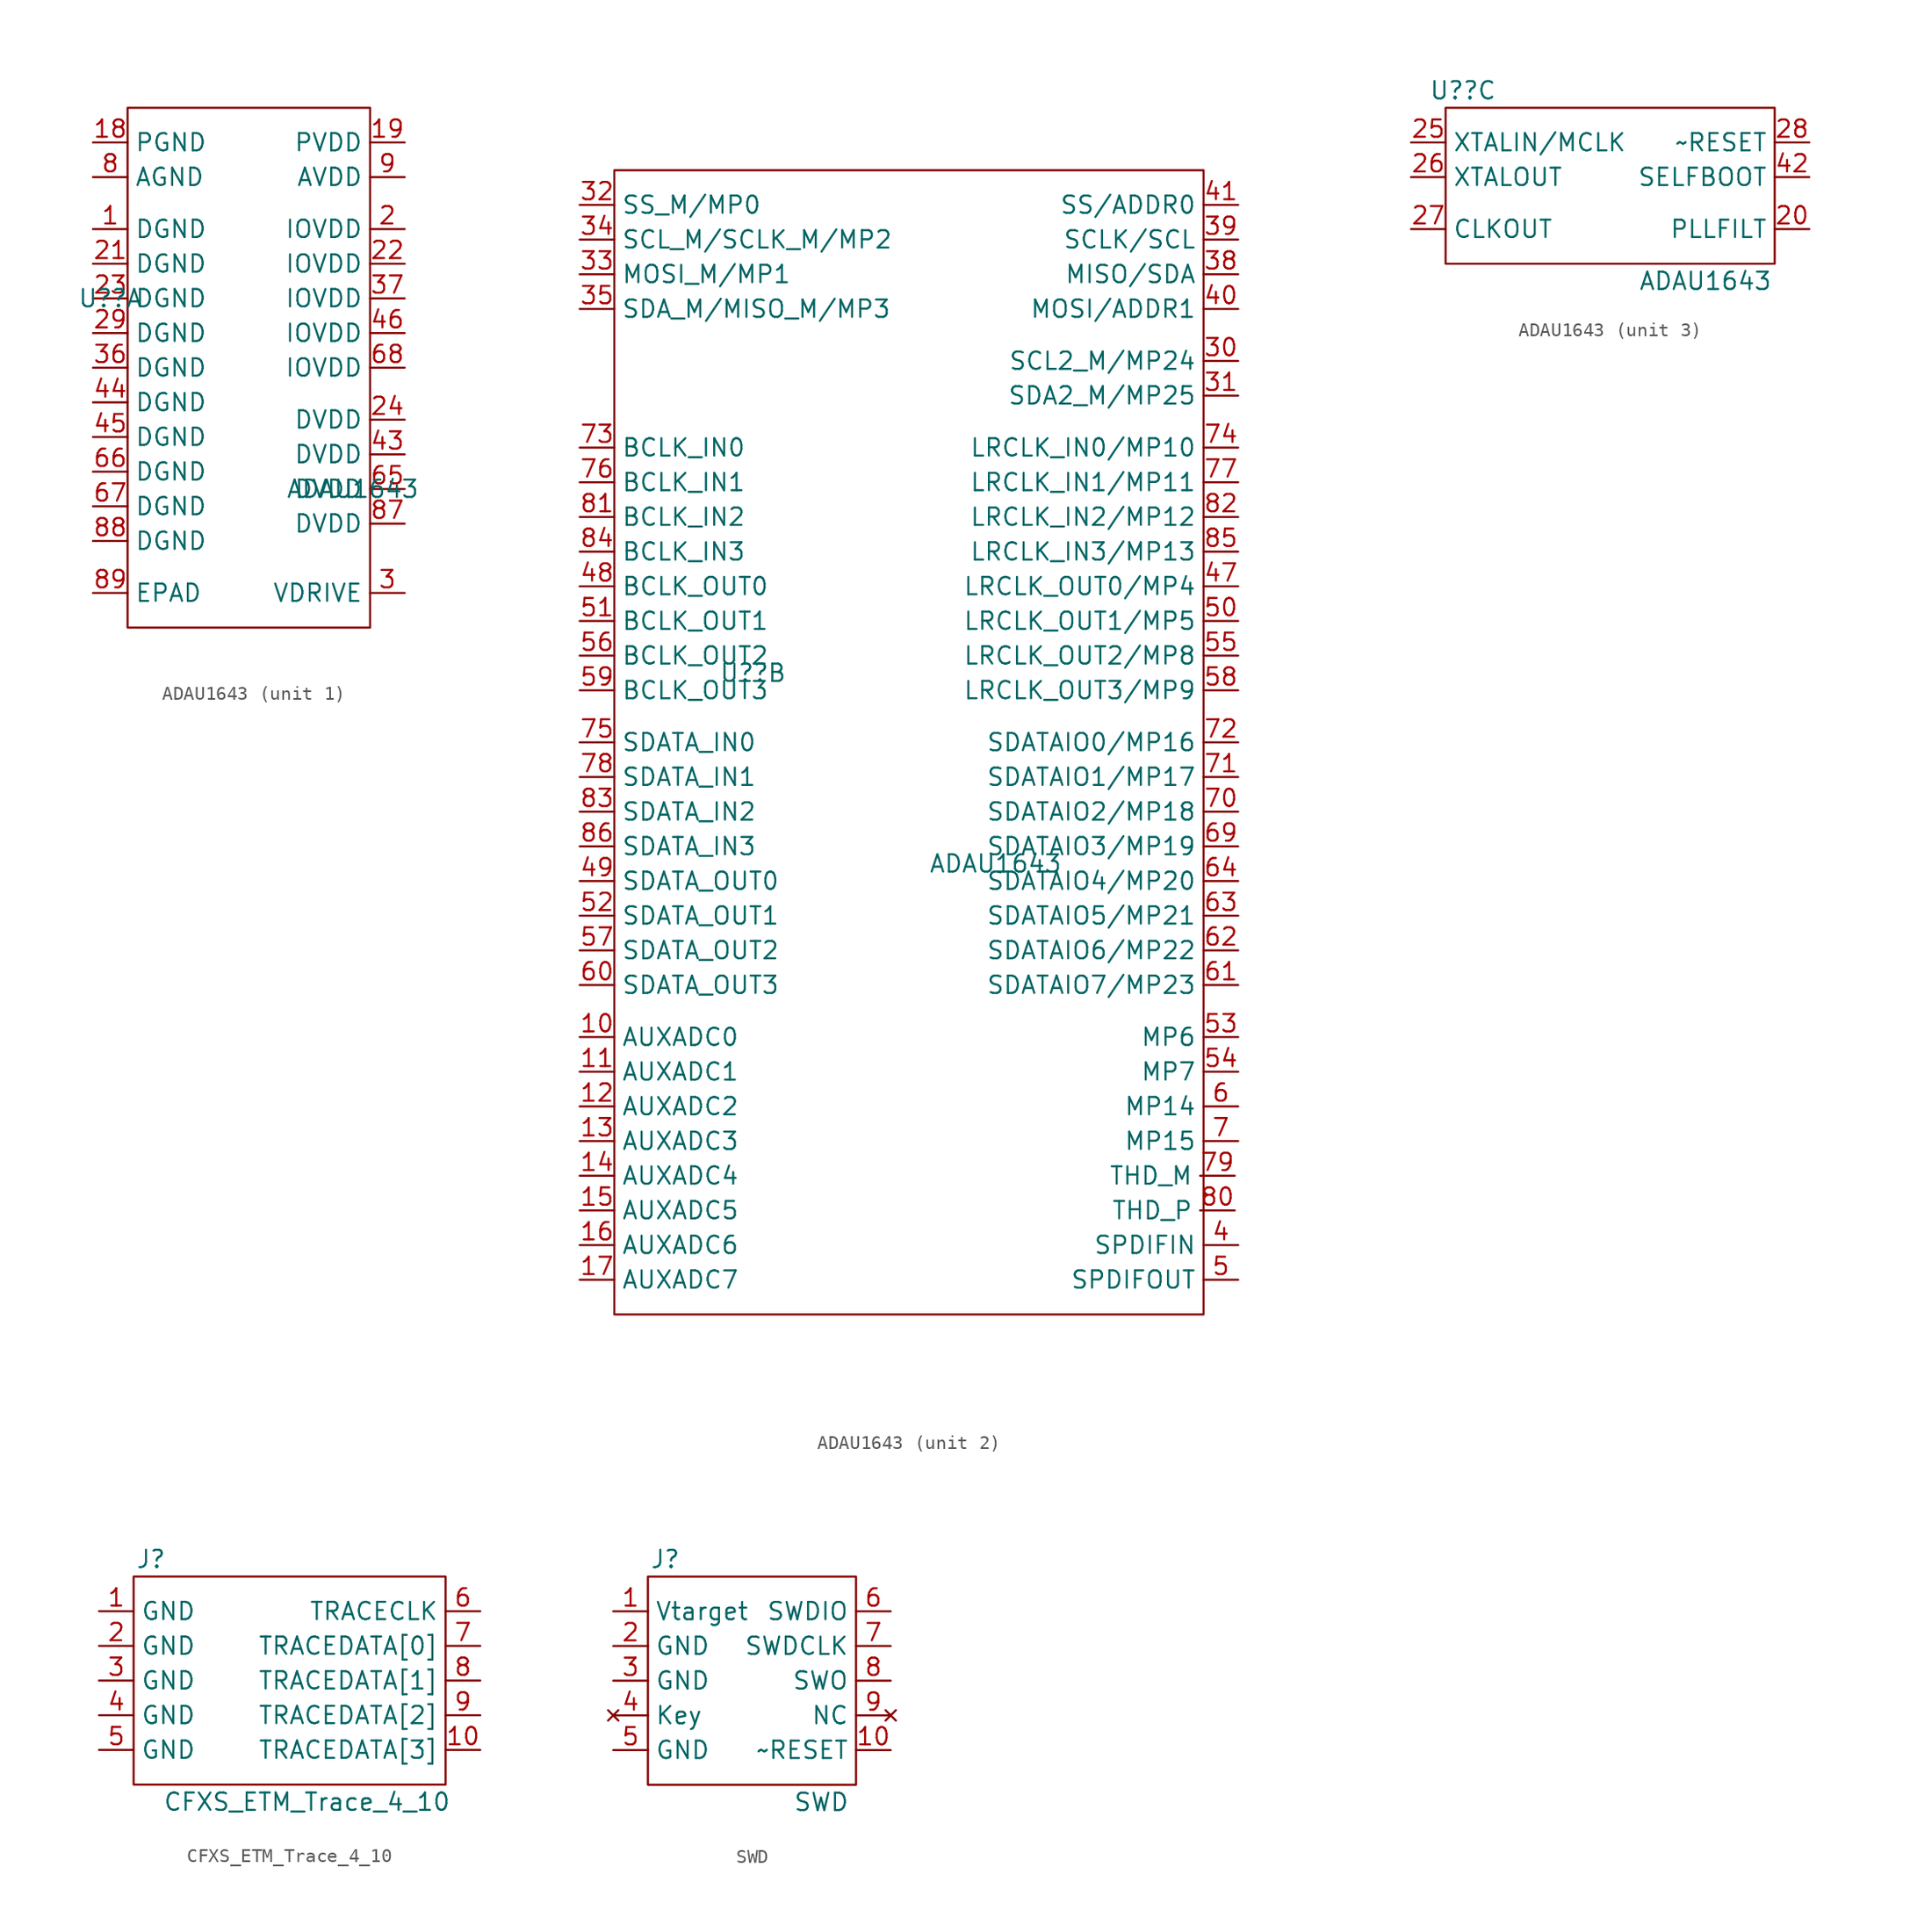
<source format=kicad_sym>
(kicad_symbol_lib
  (version 20210619)
  (generator kicad_symbol_editor)
  (symbol "lib_CFXS:ADAU1643"
    (property "Reference" "U?"
      (at -10.16 6.35 0)
      (effects (font (size 1.27 1.27))))
    (property "Value" "ADAU1643"
      (at 7.62 -7.62 0)
      (effects (font (size 1.27 1.27))))
    (property "ki_locked" ""
      (at 0 0 0)
      (effects (font (size 1.27 1.27))))
    (symbol "ADAU1643_1_0"
      (rectangle (start -8.89 20.32) (end 8.89 -17.78) (stroke (width 0.152)) (fill (type none))))
    (symbol "ADAU1643_1_1"
      (pin input line (at -11.43 11.43 0) (length 2.54) (name "DGND" (effects (font (size 1.27 1.27)))) (number "1" (effects (font (size 1.27 1.27)))))
      (pin input line (at -11.43 17.78 0) (length 2.54) (name "PGND" (effects (font (size 1.27 1.27)))) (number "18" (effects (font (size 1.27 1.27)))))
      (pin input line (at 11.43 17.78 180) (length 2.54) (name "PVDD" (effects (font (size 1.27 1.27)))) (number "19" (effects (font (size 1.27 1.27)))))
      (pin input line (at 11.43 11.43 180) (length 2.54) (name "IOVDD" (effects (font (size 1.27 1.27)))) (number "2" (effects (font (size 1.27 1.27)))))
      (pin input line (at -11.43 8.89 0) (length 2.54) (name "DGND" (effects (font (size 1.27 1.27)))) (number "21" (effects (font (size 1.27 1.27)))))
      (pin input line (at 11.43 8.89 180) (length 2.54) (name "IOVDD" (effects (font (size 1.27 1.27)))) (number "22" (effects (font (size 1.27 1.27)))))
      (pin input line (at -11.43 6.35 0) (length 2.54) (name "DGND" (effects (font (size 1.27 1.27)))) (number "23" (effects (font (size 1.27 1.27)))))
      (pin input line (at 11.43 -2.54 180) (length 2.54) (name "DVDD" (effects (font (size 1.27 1.27)))) (number "24" (effects (font (size 1.27 1.27)))))
      (pin input line (at -11.43 3.81 0) (length 2.54) (name "DGND" (effects (font (size 1.27 1.27)))) (number "29" (effects (font (size 1.27 1.27)))))
      (pin input line (at 11.43 -15.24 180) (length 2.54) (name "VDRIVE" (effects (font (size 1.27 1.27)))) (number "3" (effects (font (size 1.27 1.27)))))
      (pin input line (at -11.43 1.27 0) (length 2.54) (name "DGND" (effects (font (size 1.27 1.27)))) (number "36" (effects (font (size 1.27 1.27)))))
      (pin input line (at 11.43 6.35 180) (length 2.54) (name "IOVDD" (effects (font (size 1.27 1.27)))) (number "37" (effects (font (size 1.27 1.27)))))
      (pin input line (at 11.43 -5.08 180) (length 2.54) (name "DVDD" (effects (font (size 1.27 1.27)))) (number "43" (effects (font (size 1.27 1.27)))))
      (pin input line (at -11.43 -1.27 0) (length 2.54) (name "DGND" (effects (font (size 1.27 1.27)))) (number "44" (effects (font (size 1.27 1.27)))))
      (pin input line (at -11.43 -3.81 0) (length 2.54) (name "DGND" (effects (font (size 1.27 1.27)))) (number "45" (effects (font (size 1.27 1.27)))))
      (pin input line (at 11.43 3.81 180) (length 2.54) (name "IOVDD" (effects (font (size 1.27 1.27)))) (number "46" (effects (font (size 1.27 1.27)))))
      (pin input line (at 11.43 -7.62 180) (length 2.54) (name "DVDD" (effects (font (size 1.27 1.27)))) (number "65" (effects (font (size 1.27 1.27)))))
      (pin input line (at -11.43 -6.35 0) (length 2.54) (name "DGND" (effects (font (size 1.27 1.27)))) (number "66" (effects (font (size 1.27 1.27)))))
      (pin input line (at -11.43 -8.89 0) (length 2.54) (name "DGND" (effects (font (size 1.27 1.27)))) (number "67" (effects (font (size 1.27 1.27)))))
      (pin input line (at 11.43 1.27 180) (length 2.54) (name "IOVDD" (effects (font (size 1.27 1.27)))) (number "68" (effects (font (size 1.27 1.27)))))
      (pin input line (at -11.43 15.24 0) (length 2.54) (name "AGND" (effects (font (size 1.27 1.27)))) (number "8" (effects (font (size 1.27 1.27)))))
      (pin input line (at 11.43 -10.16 180) (length 2.54) (name "DVDD" (effects (font (size 1.27 1.27)))) (number "87" (effects (font (size 1.27 1.27)))))
      (pin input line (at -11.43 -11.43 0) (length 2.54) (name "DGND" (effects (font (size 1.27 1.27)))) (number "88" (effects (font (size 1.27 1.27)))))
      (pin input line (at -11.43 -15.24 0) (length 2.54) (name "EPAD" (effects (font (size 1.27 1.27)))) (number "89" (effects (font (size 1.27 1.27)))))
      (pin input line (at 11.43 15.24 180) (length 2.54) (name "AVDD" (effects (font (size 1.27 1.27)))) (number "9" (effects (font (size 1.27 1.27))))))
    (symbol "ADAU1643_2_0"
      (rectangle (start -20.32 43.18) (end 22.86 -40.64) (stroke (width 0.152)) (fill (type none))))
    (symbol "ADAU1643_2_1"
      (pin input line (at -22.86 -20.32 0) (length 2.54) (name "AUXADC0" (effects (font (size 1.27 1.27)))) (number "10" (effects (font (size 1.27 1.27)))))
      (pin input line (at -22.86 -22.86 0) (length 2.54) (name "AUXADC1" (effects (font (size 1.27 1.27)))) (number "11" (effects (font (size 1.27 1.27)))))
      (pin input line (at -22.86 -25.4 0) (length 2.54) (name "AUXADC2" (effects (font (size 1.27 1.27)))) (number "12" (effects (font (size 1.27 1.27)))))
      (pin input line (at -22.86 -27.94 0) (length 2.54) (name "AUXADC3" (effects (font (size 1.27 1.27)))) (number "13" (effects (font (size 1.27 1.27)))))
      (pin input line (at -22.86 -30.48 0) (length 2.54) (name "AUXADC4" (effects (font (size 1.27 1.27)))) (number "14" (effects (font (size 1.27 1.27)))))
      (pin input line (at -22.86 -33.02 0) (length 2.54) (name "AUXADC5" (effects (font (size 1.27 1.27)))) (number "15" (effects (font (size 1.27 1.27)))))
      (pin input line (at -22.86 -35.56 0) (length 2.54) (name "AUXADC6" (effects (font (size 1.27 1.27)))) (number "16" (effects (font (size 1.27 1.27)))))
      (pin input line (at -22.86 -38.1 0) (length 2.54) (name "AUXADC7" (effects (font (size 1.27 1.27)))) (number "17" (effects (font (size 1.27 1.27)))))
      (pin input line (at 25.4 29.21 180) (length 2.54) (name "SCL2_M/MP24" (effects (font (size 1.27 1.27)))) (number "30" (effects (font (size 1.27 1.27)))))
      (pin input line (at 25.4 26.67 180) (length 2.54) (name "SDA2_M/MP25" (effects (font (size 1.27 1.27)))) (number "31" (effects (font (size 1.27 1.27)))))
      (pin input line (at -22.86 40.64 0) (length 2.54) (name "SS_M/MP0" (effects (font (size 1.27 1.27)))) (number "32" (effects (font (size 1.27 1.27)))))
      (pin input line (at -22.86 35.56 0) (length 2.54) (name "MOSI_M/MP1" (effects (font (size 1.27 1.27)))) (number "33" (effects (font (size 1.27 1.27)))))
      (pin input line (at -22.86 38.1 0) (length 2.54) (name "SCL_M/SCLK_M/MP2" (effects (font (size 1.27 1.27)))) (number "34" (effects (font (size 1.27 1.27)))))
      (pin input line (at -22.86 33.02 0) (length 2.54) (name "SDA_M/MISO_M/MP3" (effects (font (size 1.27 1.27)))) (number "35" (effects (font (size 1.27 1.27)))))
      (pin input line (at 25.4 35.56 180) (length 2.54) (name "MISO/SDA" (effects (font (size 1.27 1.27)))) (number "38" (effects (font (size 1.27 1.27)))))
      (pin input line (at 25.4 38.1 180) (length 2.54) (name "SCLK/SCL" (effects (font (size 1.27 1.27)))) (number "39" (effects (font (size 1.27 1.27)))))
      (pin input line (at 25.4 -35.56 180) (length 2.54) (name "SPDIFIN" (effects (font (size 1.27 1.27)))) (number "4" (effects (font (size 1.27 1.27)))))
      (pin input line (at 25.4 33.02 180) (length 2.54) (name "MOSI/ADDR1" (effects (font (size 1.27 1.27)))) (number "40" (effects (font (size 1.27 1.27)))))
      (pin input line (at 25.4 40.64 180) (length 2.54) (name "SS/ADDR0" (effects (font (size 1.27 1.27)))) (number "41" (effects (font (size 1.27 1.27)))))
      (pin input line (at 25.4 12.7 180) (length 2.54) (name "LRCLK_OUT0/MP4" (effects (font (size 1.27 1.27)))) (number "47" (effects (font (size 1.27 1.27)))))
      (pin input line (at -22.86 12.7 0) (length 2.54) (name "BCLK_OUT0" (effects (font (size 1.27 1.27)))) (number "48" (effects (font (size 1.27 1.27)))))
      (pin input line (at -22.86 -8.89 0) (length 2.54) (name "SDATA_OUT0" (effects (font (size 1.27 1.27)))) (number "49" (effects (font (size 1.27 1.27)))))
      (pin input line (at 25.4 -38.1 180) (length 2.54) (name "SPDIFOUT" (effects (font (size 1.27 1.27)))) (number "5" (effects (font (size 1.27 1.27)))))
      (pin input line (at 25.4 10.16 180) (length 2.54) (name "LRCLK_OUT1/MP5" (effects (font (size 1.27 1.27)))) (number "50" (effects (font (size 1.27 1.27)))))
      (pin input line (at -22.86 10.16 0) (length 2.54) (name "BCLK_OUT1" (effects (font (size 1.27 1.27)))) (number "51" (effects (font (size 1.27 1.27)))))
      (pin input line (at -22.86 -11.43 0) (length 2.54) (name "SDATA_OUT1" (effects (font (size 1.27 1.27)))) (number "52" (effects (font (size 1.27 1.27)))))
      (pin input line (at 25.4 -20.32 180) (length 2.54) (name "MP6" (effects (font (size 1.27 1.27)))) (number "53" (effects (font (size 1.27 1.27)))))
      (pin input line (at 25.4 -22.86 180) (length 2.54) (name "MP7" (effects (font (size 1.27 1.27)))) (number "54" (effects (font (size 1.27 1.27)))))
      (pin input line (at 25.4 7.62 180) (length 2.54) (name "LRCLK_OUT2/MP8" (effects (font (size 1.27 1.27)))) (number "55" (effects (font (size 1.27 1.27)))))
      (pin input line (at -22.86 7.62 0) (length 2.54) (name "BCLK_OUT2" (effects (font (size 1.27 1.27)))) (number "56" (effects (font (size 1.27 1.27)))))
      (pin input line (at -22.86 -13.97 0) (length 2.54) (name "SDATA_OUT2" (effects (font (size 1.27 1.27)))) (number "57" (effects (font (size 1.27 1.27)))))
      (pin input line (at 25.4 5.08 180) (length 2.54) (name "LRCLK_OUT3/MP9" (effects (font (size 1.27 1.27)))) (number "58" (effects (font (size 1.27 1.27)))))
      (pin input line (at -22.86 5.08 0) (length 2.54) (name "BCLK_OUT3" (effects (font (size 1.27 1.27)))) (number "59" (effects (font (size 1.27 1.27)))))
      (pin input line (at 25.4 -25.4 180) (length 2.54) (name "MP14" (effects (font (size 1.27 1.27)))) (number "6" (effects (font (size 1.27 1.27)))))
      (pin input line (at -22.86 -16.51 0) (length 2.54) (name "SDATA_OUT3" (effects (font (size 1.27 1.27)))) (number "60" (effects (font (size 1.27 1.27)))))
      (pin input line (at 25.4 -16.51 180) (length 2.54) (name "SDATAIO7/MP23" (effects (font (size 1.27 1.27)))) (number "61" (effects (font (size 1.27 1.27)))))
      (pin input line (at 25.4 -13.97 180) (length 2.54) (name "SDATAIO6/MP22" (effects (font (size 1.27 1.27)))) (number "62" (effects (font (size 1.27 1.27)))))
      (pin input line (at 25.4 -11.43 180) (length 2.54) (name "SDATAIO5/MP21" (effects (font (size 1.27 1.27)))) (number "63" (effects (font (size 1.27 1.27)))))
      (pin input line (at 25.4 -8.89 180) (length 2.54) (name "SDATAIO4/MP20" (effects (font (size 1.27 1.27)))) (number "64" (effects (font (size 1.27 1.27)))))
      (pin input line (at 25.4 -6.35 180) (length 2.54) (name "SDATAIO3/MP19" (effects (font (size 1.27 1.27)))) (number "69" (effects (font (size 1.27 1.27)))))
      (pin input line (at 25.4 -27.94 180) (length 2.54) (name "MP15" (effects (font (size 1.27 1.27)))) (number "7" (effects (font (size 1.27 1.27)))))
      (pin input line (at 25.4 -3.81 180) (length 2.54) (name "SDATAIO2/MP18" (effects (font (size 1.27 1.27)))) (number "70" (effects (font (size 1.27 1.27)))))
      (pin input line (at 25.4 -1.27 180) (length 2.54) (name "SDATAIO1/MP17" (effects (font (size 1.27 1.27)))) (number "71" (effects (font (size 1.27 1.27)))))
      (pin input line (at 25.4 1.27 180) (length 2.54) (name "SDATAIO0/MP16" (effects (font (size 1.27 1.27)))) (number "72" (effects (font (size 1.27 1.27)))))
      (pin input line (at -22.86 22.86 0) (length 2.54) (name "BCLK_IN0" (effects (font (size 1.27 1.27)))) (number "73" (effects (font (size 1.27 1.27)))))
      (pin input line (at 25.4 22.86 180) (length 2.54) (name "LRCLK_IN0/MP10" (effects (font (size 1.27 1.27)))) (number "74" (effects (font (size 1.27 1.27)))))
      (pin input line (at -22.86 1.27 0) (length 2.54) (name "SDATA_IN0" (effects (font (size 1.27 1.27)))) (number "75" (effects (font (size 1.27 1.27)))))
      (pin input line (at -22.86 20.32 0) (length 2.54) (name "BCLK_IN1" (effects (font (size 1.27 1.27)))) (number "76" (effects (font (size 1.27 1.27)))))
      (pin input line (at 25.4 20.32 180) (length 2.54) (name "LRCLK_IN1/MP11" (effects (font (size 1.27 1.27)))) (number "77" (effects (font (size 1.27 1.27)))))
      (pin input line (at -22.86 -1.27 0) (length 2.54) (name "SDATA_IN1" (effects (font (size 1.27 1.27)))) (number "78" (effects (font (size 1.27 1.27)))))
      (pin input line (at 25.146 -30.48 180) (length 2.54) (name "THD_M" (effects (font (size 1.27 1.27)))) (number "79" (effects (font (size 1.27 1.27)))))
      (pin input line (at 25.146 -33.02 180) (length 2.54) (name "THD_P" (effects (font (size 1.27 1.27)))) (number "80" (effects (font (size 1.27 1.27)))))
      (pin input line (at -22.86 17.78 0) (length 2.54) (name "BCLK_IN2" (effects (font (size 1.27 1.27)))) (number "81" (effects (font (size 1.27 1.27)))))
      (pin input line (at 25.4 17.78 180) (length 2.54) (name "LRCLK_IN2/MP12" (effects (font (size 1.27 1.27)))) (number "82" (effects (font (size 1.27 1.27)))))
      (pin input line (at -22.86 -3.81 0) (length 2.54) (name "SDATA_IN2" (effects (font (size 1.27 1.27)))) (number "83" (effects (font (size 1.27 1.27)))))
      (pin input line (at -22.86 15.24 0) (length 2.54) (name "BCLK_IN3" (effects (font (size 1.27 1.27)))) (number "84" (effects (font (size 1.27 1.27)))))
      (pin input line (at 25.4 15.24 180) (length 2.54) (name "LRCLK_IN3/MP13" (effects (font (size 1.27 1.27)))) (number "85" (effects (font (size 1.27 1.27)))))
      (pin input line (at -22.86 -6.35 0) (length 2.54) (name "SDATA_IN3" (effects (font (size 1.27 1.27)))) (number "86" (effects (font (size 1.27 1.27))))))
    (symbol "ADAU1643_3_0"
      (rectangle (start -11.43 5.08) (end 12.7 -6.35) (stroke (width 0.152)) (fill (type none))))
    (symbol "ADAU1643_3_1"
      (pin input line (at 15.24 -3.81 180) (length 2.54) (name "PLLFILT" (effects (font (size 1.27 1.27)))) (number "20" (effects (font (size 1.27 1.27)))))
      (pin input line (at -13.97 2.54 0) (length 2.54) (name "XTALIN/MCLK" (effects (font (size 1.27 1.27)))) (number "25" (effects (font (size 1.27 1.27)))))
      (pin input line (at -13.97 0 0) (length 2.54) (name "XTALOUT" (effects (font (size 1.27 1.27)))) (number "26" (effects (font (size 1.27 1.27)))))
      (pin input line (at -13.97 -3.81 0) (length 2.54) (name "CLKOUT" (effects (font (size 1.27 1.27)))) (number "27" (effects (font (size 1.27 1.27)))))
      (pin input line (at 15.24 2.54 180) (length 2.54) (name "~RESET" (effects (font (size 1.27 1.27)))) (number "28" (effects (font (size 1.27 1.27)))))
      (pin input line (at 15.24 0 180) (length 2.54) (name "SELFBOOT" (effects (font (size 1.27 1.27)))) (number "42" (effects (font (size 1.27 1.27)))))))
  (symbol "lib_CFXS:CFXS_ETM_Trace_4_10"
    (property "Reference" "J"
      (at -10.16 8.89 0)
      (effects (font (size 1.27 1.27))))
    (property "Value" "CFXS_ETM_Trace_4_10"
      (at 1.27 -8.89 0)
      (effects (font (size 1.27 1.27))))
    (symbol "CFXS_ETM_Trace_4_10_0_1"
      (rectangle (start -11.43 7.62) (end 11.43 -7.62) (stroke (width 0.152)) (fill (type none))))
    (symbol "CFXS_ETM_Trace_4_10_1_1"
      (pin input line (at -13.97 5.08 0) (length 2.54) (name "GND" (effects (font (size 1.27 1.27)))) (number "1" (effects (font (size 1.27 1.27)))))
      (pin input line (at 13.97 -5.08 180) (length 2.54) (name "TRACEDATA[3]" (effects (font (size 1.27 1.27)))) (number "10" (effects (font (size 1.27 1.27)))))
      (pin input line (at -13.97 2.54 0) (length 2.54) (name "GND" (effects (font (size 1.27 1.27)))) (number "2" (effects (font (size 1.27 1.27)))))
      (pin input line (at -13.97 0 0) (length 2.54) (name "GND" (effects (font (size 1.27 1.27)))) (number "3" (effects (font (size 1.27 1.27)))))
      (pin input line (at -13.97 -2.54 0) (length 2.54) (name "GND" (effects (font (size 1.27 1.27)))) (number "4" (effects (font (size 1.27 1.27)))))
      (pin input line (at -13.97 -5.08 0) (length 2.54) (name "GND" (effects (font (size 1.27 1.27)))) (number "5" (effects (font (size 1.27 1.27)))))
      (pin input line (at 13.97 5.08 180) (length 2.54) (name "TRACECLK" (effects (font (size 1.27 1.27)))) (number "6" (effects (font (size 1.27 1.27)))))
      (pin input line (at 13.97 2.54 180) (length 2.54) (name "TRACEDATA[0]" (effects (font (size 1.27 1.27)))) (number "7" (effects (font (size 1.27 1.27)))))
      (pin input line (at 13.97 0 180) (length 2.54) (name "TRACEDATA[1]" (effects (font (size 1.27 1.27)))) (number "8" (effects (font (size 1.27 1.27)))))
      (pin input line (at 13.97 -2.54 180) (length 2.54) (name "TRACEDATA[2]" (effects (font (size 1.27 1.27)))) (number "9" (effects (font (size 1.27 1.27)))))))
  (symbol "lib_CFXS:SWD"
    (property "Reference" "J"
      (at -6.35 8.89 0)
      (effects (font (size 1.27 1.27))))
    (property "Value" "SWD"
      (at 5.08 -8.89 0)
      (effects (font (size 1.27 1.27))))
    (symbol "SWD_0_1"
      (rectangle (start -7.62 7.62) (end 7.62 -7.62) (stroke (width 0.152)) (fill (type none))))
    (symbol "SWD_1_1"
      (pin input line (at -10.16 5.08 0) (length 2.54) (name "Vtarget" (effects (font (size 1.27 1.27)))) (number "1" (effects (font (size 1.27 1.27)))))
      (pin input line (at 10.16 -5.08 180) (length 2.54) (name "~RESET" (effects (font (size 1.27 1.27)))) (number "10" (effects (font (size 1.27 1.27)))))
      (pin input line (at -10.16 2.54 0) (length 2.54) (name "GND" (effects (font (size 1.27 1.27)))) (number "2" (effects (font (size 1.27 1.27)))))
      (pin input line (at -10.16 0 0) (length 2.54) (name "GND" (effects (font (size 1.27 1.27)))) (number "3" (effects (font (size 1.27 1.27)))))
      (pin no_connect line (at -10.16 -2.54 0) (length 2.54) (name "Key" (effects (font (size 1.27 1.27)))) (number "4" (effects (font (size 1.27 1.27)))))
      (pin input line (at -10.16 -5.08 0) (length 2.54) (name "GND" (effects (font (size 1.27 1.27)))) (number "5" (effects (font (size 1.27 1.27)))))
      (pin input line (at 10.16 5.08 180) (length 2.54) (name "SWDIO" (effects (font (size 1.27 1.27)))) (number "6" (effects (font (size 1.27 1.27)))))
      (pin input line (at 10.16 2.54 180) (length 2.54) (name "SWDCLK" (effects (font (size 1.27 1.27)))) (number "7" (effects (font (size 1.27 1.27)))))
      (pin input line (at 10.16 0 180) (length 2.54) (name "SWO" (effects (font (size 1.27 1.27)))) (number "8" (effects (font (size 1.27 1.27)))))
      (pin no_connect line (at 10.16 -2.54 180) (length 2.54) (name "NC" (effects (font (size 1.27 1.27)))) (number "9" (effects (font (size 1.27 1.27))))))))
</source>
